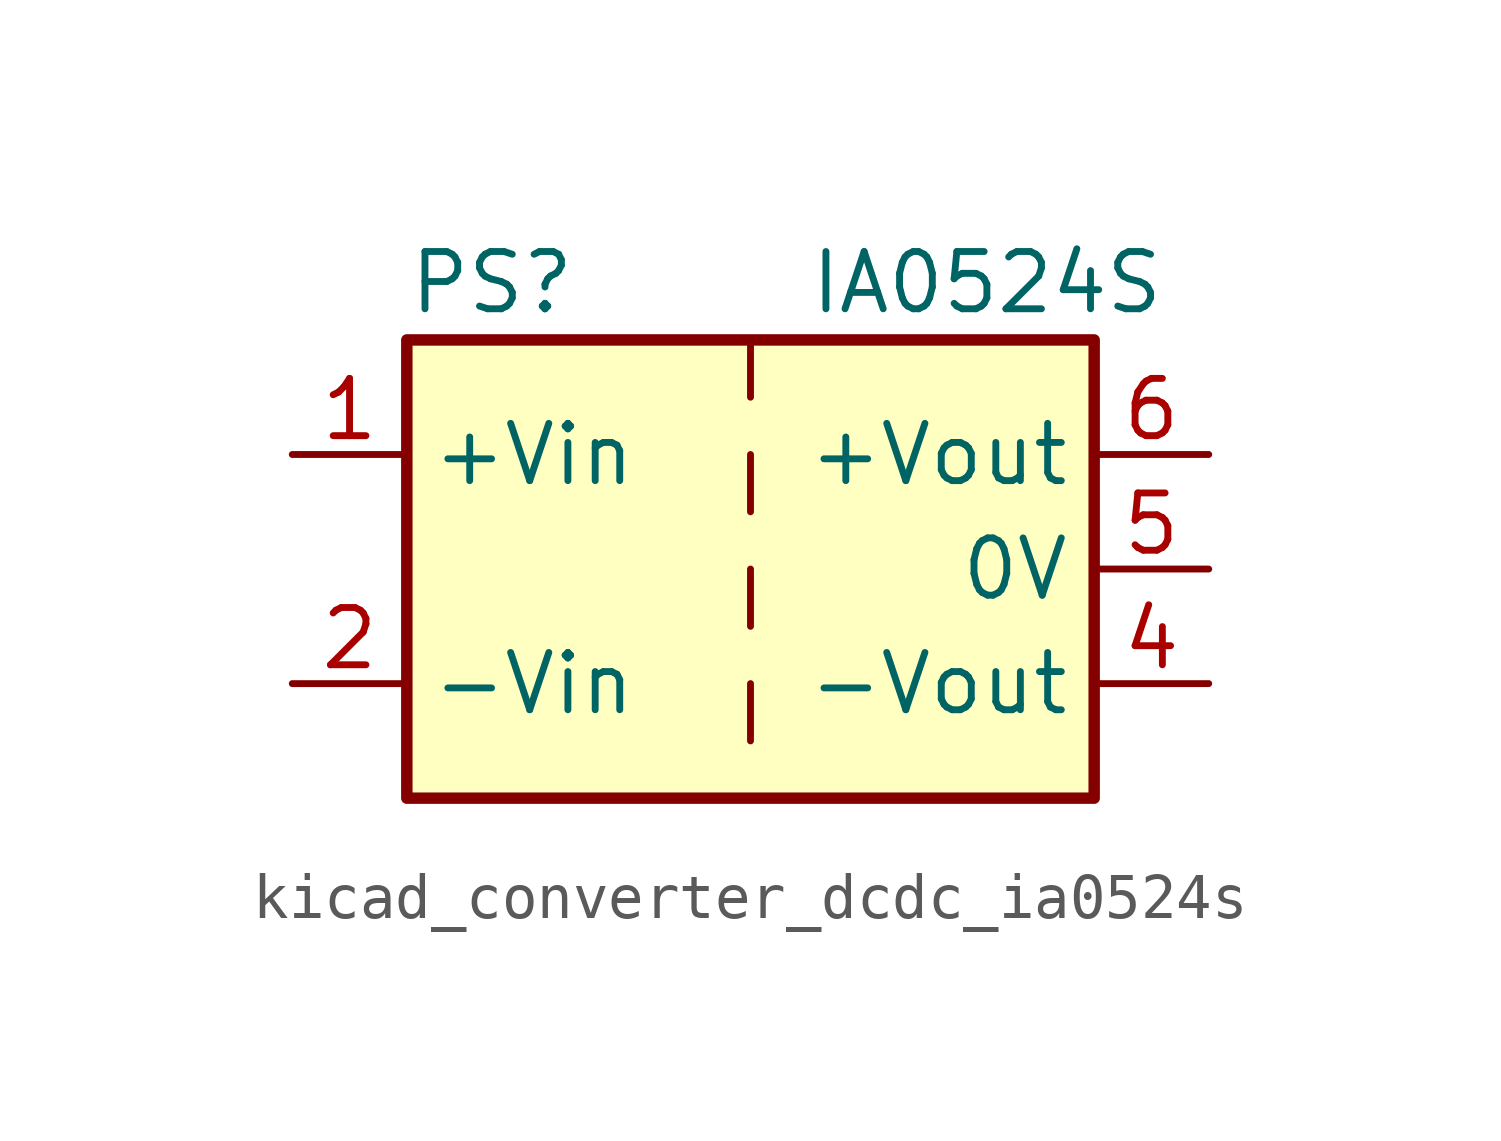
<source format=kicad_sym>
(kicad_symbol_lib
  (version 20220914)
  (generator kicad_symbol_editor)
  (symbol "kicad_converter_dcdc_ia0524s"
    (property "Reference" "PS"
      (at -7.62 6.35 0)
      (effects (font (size 1.27 1.27)) (justify left)))
    (property "Value" "IA0524S"
      (at 1.27 6.35 0)
      (effects (font (size 1.27 1.27)) (justify left)))
    (symbol "kicad_converter_dcdc_ia0524s_0_0"
      (pin power_in line (at -10.16 2.54 0) (length 2.54) (name "+Vin" (effects (font (size 1.27 1.27)))) (number "1" (effects (font (size 1.27 1.27)))))
      (pin power_in line (at -10.16 -2.54 0) (length 2.54) (name "-Vin" (effects (font (size 1.27 1.27)))) (number "2" (effects (font (size 1.27 1.27)))))
      (pin power_out line (at 10.16 -2.54 180) (length 2.54) (name "-Vout" (effects (font (size 1.27 1.27)))) (number "4" (effects (font (size 1.27 1.27)))))
      (pin power_out line (at 10.16 0 180) (length 2.54) (name "0V" (effects (font (size 1.27 1.27)))) (number "5" (effects (font (size 1.27 1.27)))))
      (pin power_out line (at 10.16 2.54 180) (length 2.54) (name "+Vout" (effects (font (size 1.27 1.27)))) (number "6" (effects (font (size 1.27 1.27))))))
    (symbol "kicad_converter_dcdc_ia0524s_0_1"
      (rectangle (start -7.62 5.08) (end 7.62 -5.08) (stroke (width 0.254) (type default)) (fill (type background)))
      (polyline (pts (xy 0 -2.54) (xy 0 -3.81)) (stroke (width 0) (type default)) (fill (type none)))
      (polyline (pts (xy 0 0) (xy 0 -1.27)) (stroke (width 0) (type default)) (fill (type none)))
      (polyline (pts (xy 0 2.54) (xy 0 1.27)) (stroke (width 0) (type default)) (fill (type none)))
      (polyline (pts (xy 0 5.08) (xy 0 3.81)) (stroke (width 0) (type default)) (fill (type none))))))
</source>
